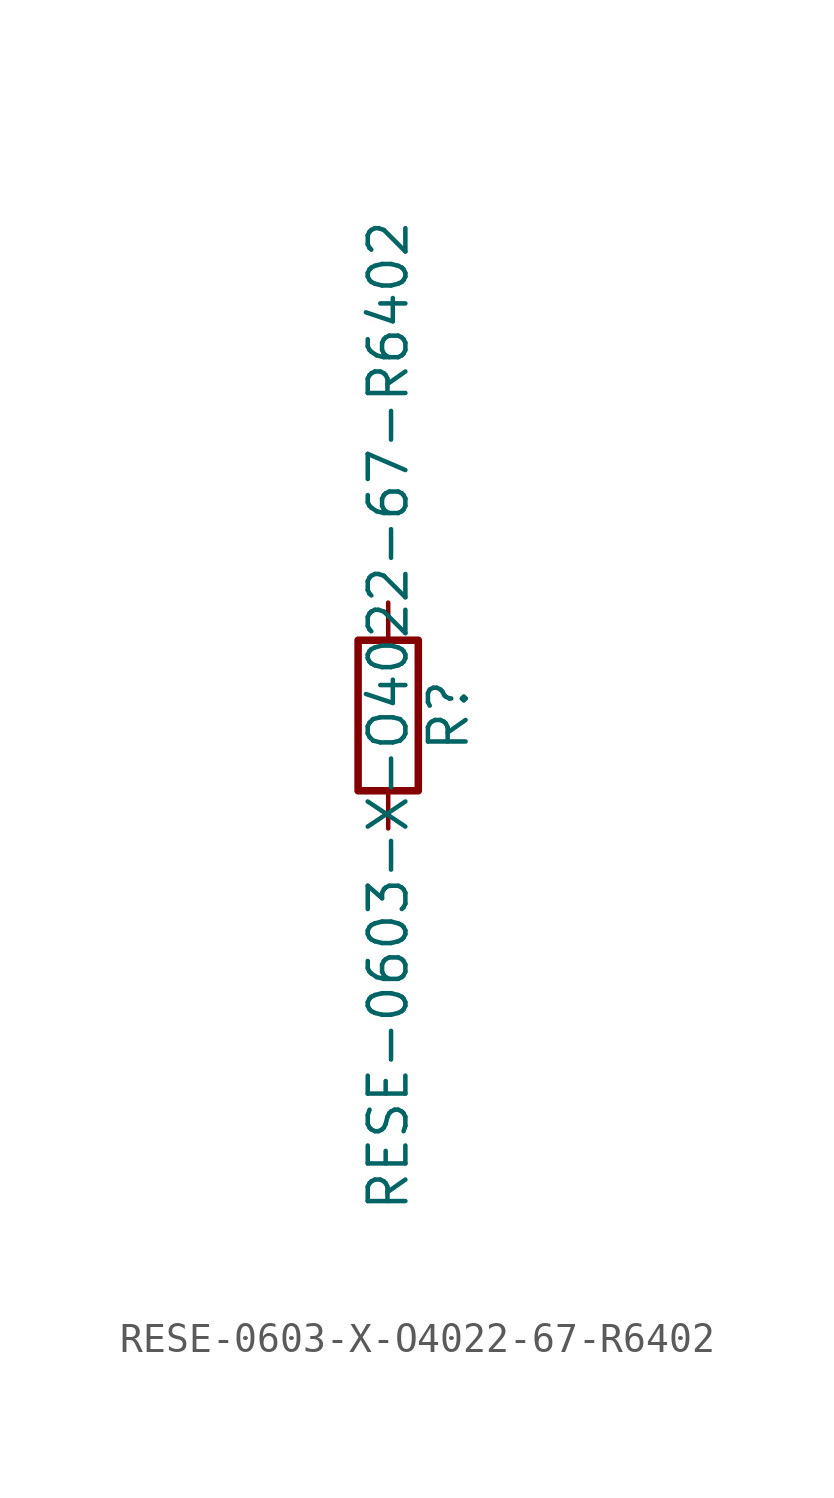
<source format=kicad_sym>
(kicad_symbol_lib
  (version 20211014)
  (generator kicad_symbol_editor)
  (symbol "RESE-0603-X-O4022-67-R6402"
    (pin_numbers hide)
    (pin_names
      (offset 0))
    (property "Reference" "R"
      (at 2.032 0 90)
      (effects (font (size 1.27 1.27))))
    (property "Value" "RESE-0603-X-O4022-67-R6402"
      (at 0 0 90)
      (effects (font (size 1.27 1.27))))
    (symbol "RESE-0603-X-O4022-67-R6402_0_1"
      (rectangle (start -1.016 -2.54) (end 1.016 2.54) (stroke (width 0.254) (type default) (color 0 0 0 0)) (fill (type none))))
    (symbol "RESE-0603-X-O4022-67-R6402_1_1"
      (pin passive line (at 0 3.81 270) (length 1.27) (name "~" (effects (font (size 1.27 1.27)))) (number "1" (effects (font (size 1.27 1.27)))))
      (pin passive line (at 0 -3.81 90) (length 1.27) (name "~" (effects (font (size 1.27 1.27)))) (number "2" (effects (font (size 1.27 1.27))))))))
</source>
